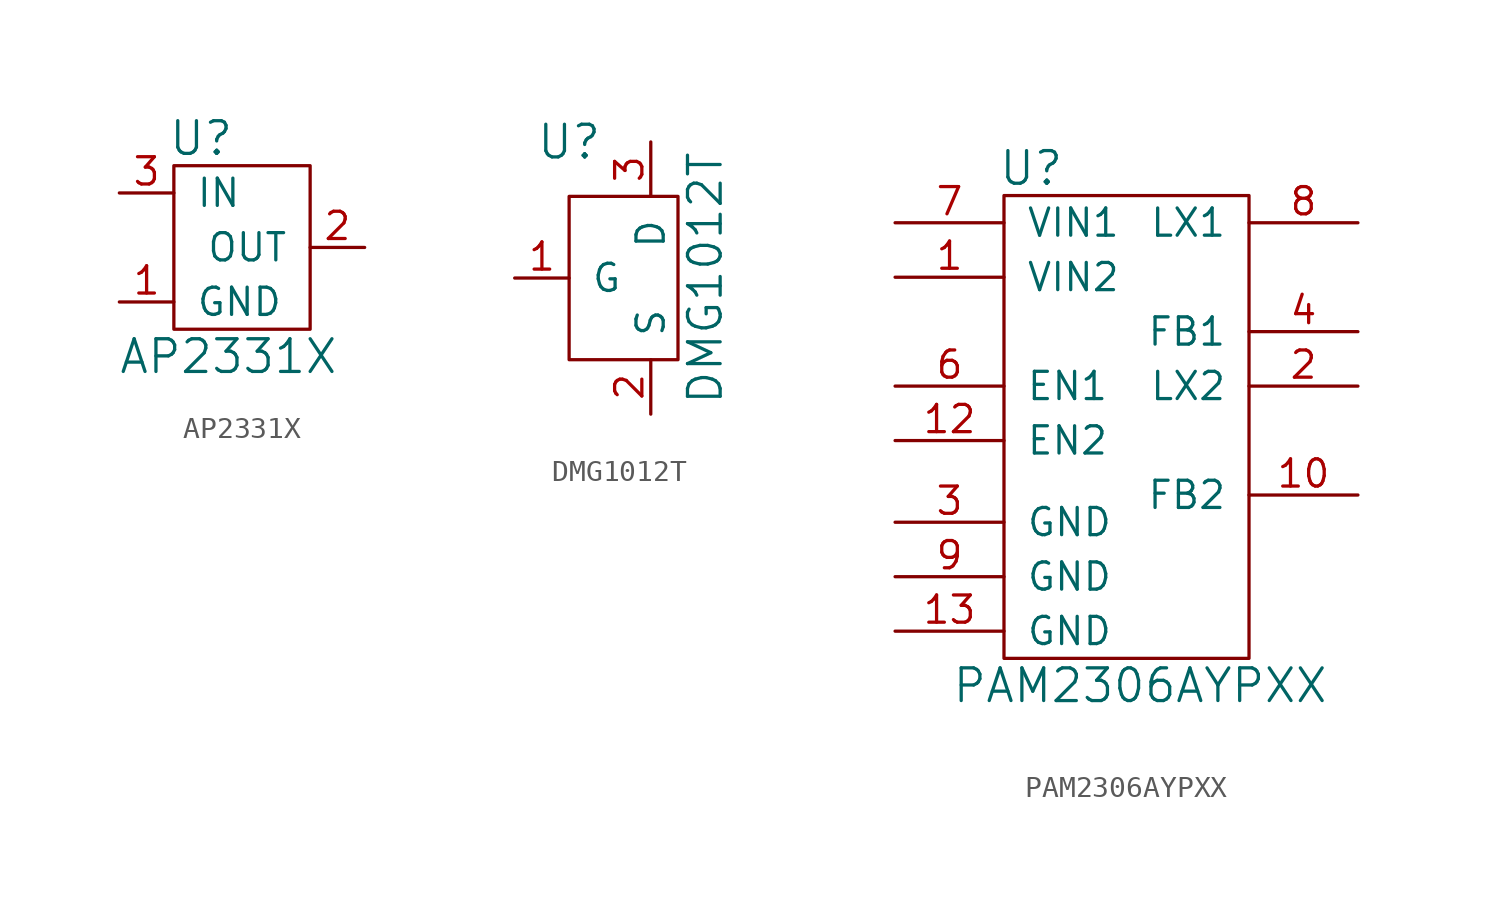
<source format=kicad_sym>
(kicad_symbol_lib
  (version 20241209)
  (generator "kicad_symbol_editor")
  (generator_version "9.0")
  (symbol "AP2331X"
    (pin_names
      (offset 1.016))
    (property "Reference" "U"
      (at -3.81 1.27 0)
      (effects (font (size 1.524 1.524))))
    (property "Value" "AP2331X"
      (at -2.54 -8.89 0)
      (effects (font (size 1.524 1.524))))
    (symbol "AP2331X_0_1"
      (rectangle (start -5.08 0) (end 1.27 -7.62) (stroke (width 0) (type solid)) (fill (type none))))
    (symbol "AP2331X_1_1"
      (pin power_in line (at -7.62 -1.27 0) (length 2.54) (name "IN" (effects (font (size 1.27 1.27)))) (number "3" (effects (font (size 1.27 1.27)))))
      (pin power_in line (at -7.62 -6.35 0) (length 2.54) (name "GND" (effects (font (size 1.27 1.27)))) (number "1" (effects (font (size 1.27 1.27)))))
      (pin power_out line (at 3.81 -3.81 180) (length 2.54) (name "OUT" (effects (font (size 1.27 1.27)))) (number "2" (effects (font (size 1.27 1.27)))))))
  (symbol "DMG1012T"
    (pin_names
      (offset 1.016))
    (property "Reference" "U"
      (at -10.16 6.35 0)
      (effects (font (size 1.524 1.524))))
    (property "Value" "DMG1012T"
      (at -3.81 0 90)
      (effects (font (size 1.524 1.524))))
    (symbol "DMG1012T_0_1"
      (rectangle (start -10.16 3.81) (end -5.08 -3.81) (stroke (width 0) (type solid)) (fill (type none))))
    (symbol "DMG1012T_1_1"
      (pin bidirectional line (at -12.7 0 0) (length 2.54) (name "G" (effects (font (size 1.27 1.27)))) (number "1" (effects (font (size 1.27 1.27)))))
      (pin bidirectional line (at -6.35 6.35 270) (length 2.54) (name "D" (effects (font (size 1.27 1.27)))) (number "3" (effects (font (size 1.27 1.27)))))
      (pin bidirectional line (at -6.35 -6.35 90) (length 2.54) (name "S" (effects (font (size 1.27 1.27)))) (number "2" (effects (font (size 1.27 1.27)))))))
  (symbol "PAM2306AYPXX"
    (pin_names
      (offset 1.016))
    (property "Reference" "U"
      (at -5.08 12.7 0)
      (effects (font (size 1.524 1.524))))
    (property "Value" "PAM2306AYPXX"
      (at 0 -11.43 0)
      (effects (font (size 1.524 1.524))))
    (symbol "PAM2306AYPXX_0_1"
      (rectangle (start -6.35 11.43) (end 5.08 -10.16) (stroke (width 0) (type solid)) (fill (type none))))
    (symbol "PAM2306AYPXX_1_1"
      (pin power_in line (at -11.43 10.16 0) (length 5.08) (name "VIN1" (effects (font (size 1.27 1.27)))) (number "7" (effects (font (size 1.27 1.27)))))
      (pin power_in line (at -11.43 7.62 0) (length 5.08) (name "VIN2" (effects (font (size 1.27 1.27)))) (number "1" (effects (font (size 1.27 1.27)))))
      (pin input line (at -11.43 2.54 0) (length 5.08) (name "EN1" (effects (font (size 1.27 1.27)))) (number "6" (effects (font (size 1.27 1.27)))))
      (pin input line (at -11.43 0 0) (length 5.08) (name "EN2" (effects (font (size 1.27 1.27)))) (number "12" (effects (font (size 1.27 1.27)))))
      (pin power_in line (at -11.43 -3.81 0) (length 5.08) (name "GND" (effects (font (size 1.27 1.27)))) (number "3" (effects (font (size 1.27 1.27)))))
      (pin power_in line (at -11.43 -6.35 0) (length 5.08) (name "GND" (effects (font (size 1.27 1.27)))) (number "9" (effects (font (size 1.27 1.27)))))
      (pin power_in line (at -11.43 -8.89 0) (length 5.08) (name "GND" (effects (font (size 1.27 1.27)))) (number "13" (effects (font (size 1.27 1.27)))))
      (pin no_connect line (at 0 6.35 270) (length 5.08) (hide yes) (name "NC" (effects (font (size 1.27 1.27)))) (number "11" (effects (font (size 1.27 1.27)))))
      (pin no_connect line (at 0 0 270) (length 5.08) (hide yes) (name "NC" (effects (font (size 1.27 1.27)))) (number "5" (effects (font (size 1.27 1.27)))))
      (pin power_out line (at 10.16 10.16 180) (length 5.08) (name "LX1" (effects (font (size 1.27 1.27)))) (number "8" (effects (font (size 1.27 1.27)))))
      (pin input line (at 10.16 5.08 180) (length 5.08) (name "FB1" (effects (font (size 1.27 1.27)))) (number "4" (effects (font (size 1.27 1.27)))))
      (pin power_out line (at 10.16 2.54 180) (length 5.08) (name "LX2" (effects (font (size 1.27 1.27)))) (number "2" (effects (font (size 1.27 1.27)))))
      (pin input line (at 10.16 -2.54 180) (length 5.08) (name "FB2" (effects (font (size 1.27 1.27)))) (number "10" (effects (font (size 1.27 1.27))))))))
</source>
